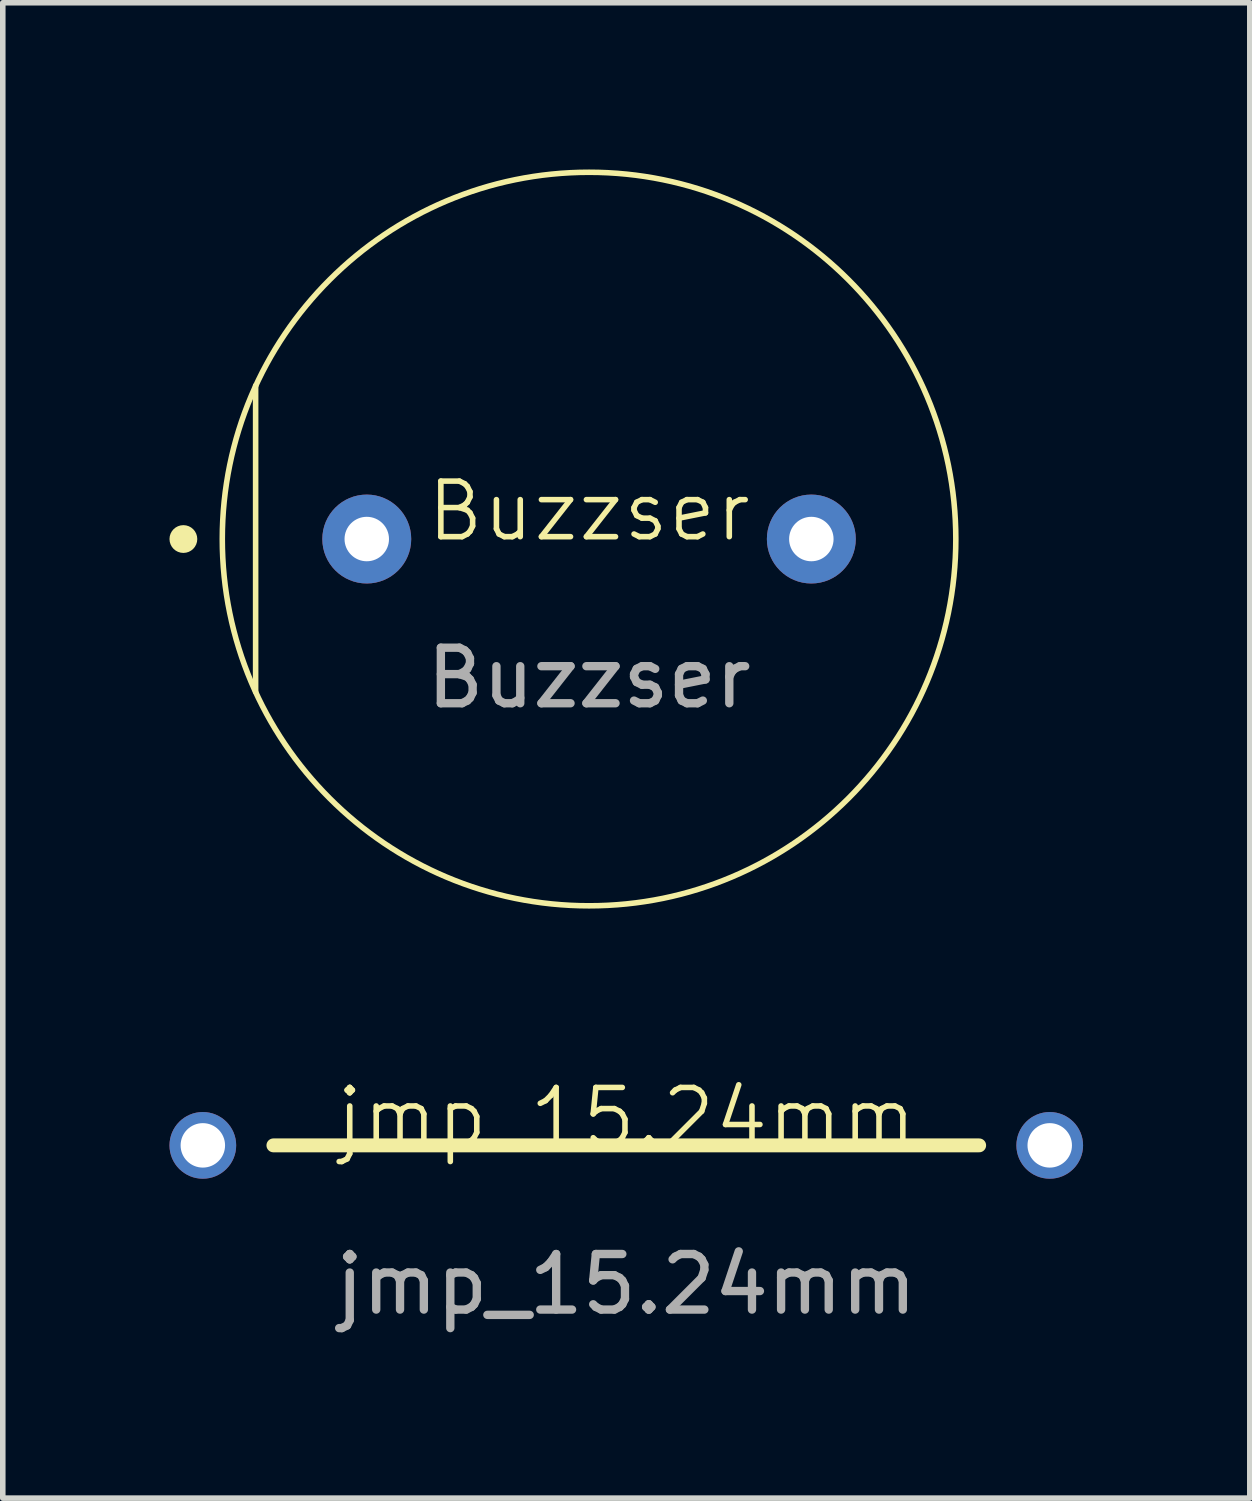
<source format=kicad_pcb>
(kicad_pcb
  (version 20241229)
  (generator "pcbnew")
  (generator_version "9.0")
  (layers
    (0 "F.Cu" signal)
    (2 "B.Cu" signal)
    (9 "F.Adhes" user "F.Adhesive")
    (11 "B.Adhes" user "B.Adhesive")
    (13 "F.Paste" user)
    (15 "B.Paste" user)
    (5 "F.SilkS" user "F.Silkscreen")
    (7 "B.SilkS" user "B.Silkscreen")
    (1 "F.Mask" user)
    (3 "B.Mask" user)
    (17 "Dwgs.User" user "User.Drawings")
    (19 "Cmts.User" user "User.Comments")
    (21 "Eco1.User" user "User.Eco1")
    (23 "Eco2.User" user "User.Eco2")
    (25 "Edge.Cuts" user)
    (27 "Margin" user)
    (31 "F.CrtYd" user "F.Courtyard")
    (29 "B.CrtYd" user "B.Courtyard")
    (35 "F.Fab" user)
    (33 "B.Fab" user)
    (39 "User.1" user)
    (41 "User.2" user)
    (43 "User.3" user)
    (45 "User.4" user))
  (footprint "jmp_15.24mm"
    (layer "F.Cu")
    (at 8.22 17.561)
    (property "Reference" "jmp_15.24mm" (at 0 -0.5 0) (unlocked yes) (layer "F.SilkS") (effects (font (size 1 1) (thickness 0.1))))
    (attr through_hole)
    (fp_line (start -6.35 0) (end 6.35 0) (stroke (width 0.25) (type solid)) (layer "F.SilkS"))
    (fp_text user "${REFERENCE}" (at 0 2.5 0) (unlocked yes) (layer "F.Fab") (effects (font (size 1 1) (thickness 0.15))))
    (pad "1" thru_hole circle (at -7.62 0) (size 1.2 1.2) (drill 0.8) (layers "*.Cu" "*.Mask"))
    (pad "2" thru_hole circle (at 7.62 0) (size 1.2 1.2) (drill 0.8) (layers "*.Cu" "*.Mask")))
  (footprint "Buzzser"
    (layer "F.Cu")
    (at 7.55 6.65)
    (property "Reference" "Buzzser" (at 0 -0.5 0) (unlocked yes) (layer "F.SilkS") (effects (font (size 1 1) (thickness 0.1))))
    (attr through_hole)
    (fp_line (start -6 -2.76) (end -6 2.75) (stroke (width 0.1) (type default)) (layer "F.SilkS"))
    (fp_circle (center -7.3 0) (end -7.1 0) (stroke (width 0.1) (type solid)) (fill yes) (layer "F.SilkS"))
    (fp_circle (center 0 0) (end 0 -6.6) (stroke (width 0.1) (type default)) (fill no) (layer "F.SilkS"))
    (fp_text user "${REFERENCE}" (at 0 2.5 0) (unlocked yes) (layer "F.Fab") (effects (font (size 1 1) (thickness 0.15))))
    (pad "1" thru_hole circle (at -4 0) (size 1.6 1.6) (drill 0.8) (layers "*.Cu" "*.Mask"))
    (pad "2" thru_hole circle (at 4 0) (size 1.6 1.6) (drill 0.8) (layers "*.Cu" "*.Mask")))
  (gr_rect
    (start -3 -3)
    (end 19.44 23.909)
    (stroke (width 0.1) (type default))
    (fill no)
    (layer "Edge.Cuts")))
</source>
